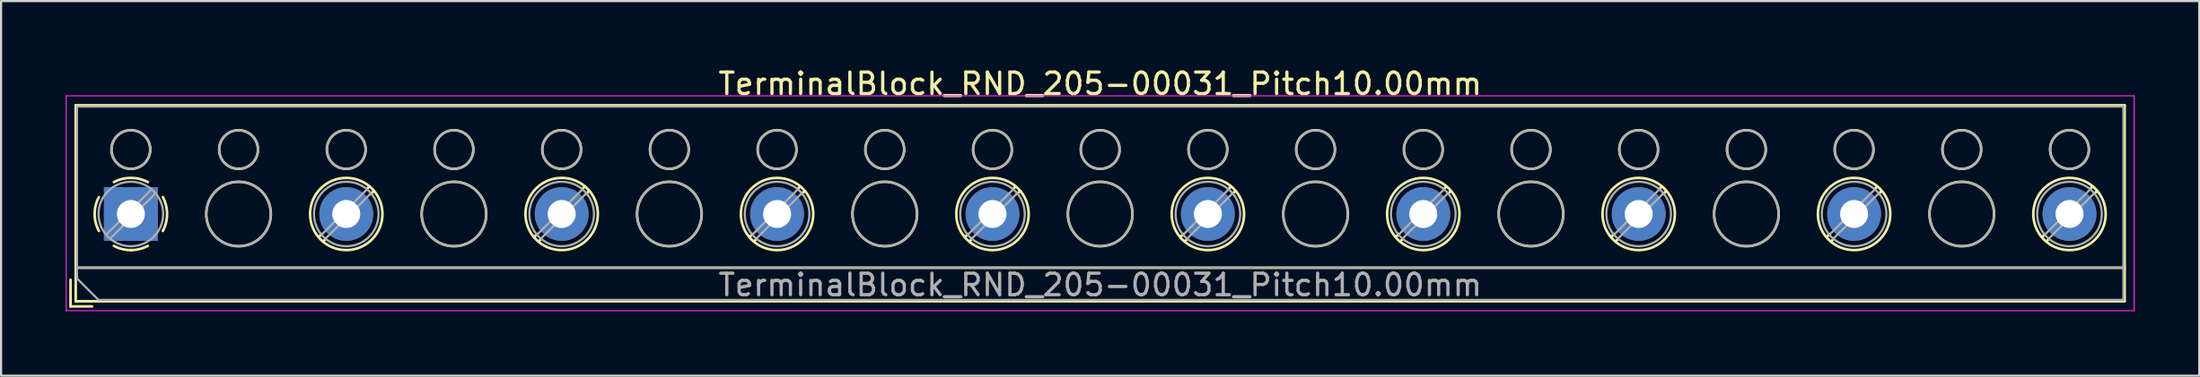
<source format=kicad_pcb>
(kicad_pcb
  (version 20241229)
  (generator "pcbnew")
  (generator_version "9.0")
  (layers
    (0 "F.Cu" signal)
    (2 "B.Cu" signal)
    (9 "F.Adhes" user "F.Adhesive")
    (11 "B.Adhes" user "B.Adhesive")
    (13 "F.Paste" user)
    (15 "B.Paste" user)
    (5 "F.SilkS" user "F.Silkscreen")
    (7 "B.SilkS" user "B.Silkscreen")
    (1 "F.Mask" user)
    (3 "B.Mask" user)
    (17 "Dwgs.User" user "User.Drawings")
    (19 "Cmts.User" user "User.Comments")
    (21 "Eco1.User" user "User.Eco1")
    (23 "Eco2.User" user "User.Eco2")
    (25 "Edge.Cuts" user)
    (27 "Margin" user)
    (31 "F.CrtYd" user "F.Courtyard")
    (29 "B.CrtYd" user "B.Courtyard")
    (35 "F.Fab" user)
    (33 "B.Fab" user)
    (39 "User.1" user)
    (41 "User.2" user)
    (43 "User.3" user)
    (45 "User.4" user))
  (footprint "TerminalBlock_RND_205-00031_Pitch10.00mm"
    (layer "F.Cu")
    (at 3.025 6.908)
    (property "Reference" "TerminalBlock_RND_205-00031_Pitch10.00mm" (at 45 -6.06 0) (layer "F.SilkS") (effects (font (size 1 1) (thickness 0.15))))
    (attr through_hole)
    (fp_line (start -2.8 3.06) (end -2.8 4.3) (stroke (width 0.12) (type solid)) (layer "F.SilkS"))
    (fp_line (start -2.8 4.3) (end -1.8 4.3) (stroke (width 0.12) (type solid)) (layer "F.SilkS"))
    (fp_line (start -2.56 -5.06) (end -2.56 4.06) (stroke (width 0.12) (type solid)) (layer "F.SilkS"))
    (fp_line (start -2.56 2.5) (end 92.56 2.5) (stroke (width 0.12) (type solid)) (layer "F.SilkS"))
    (fp_line (start -2.56 4.06) (end 92.56 4.06) (stroke (width 0.12) (type solid)) (layer "F.SilkS"))
    (fp_line (start 8.867 0.929) (end 8.726 1.069) (stroke (width 0.12) (type solid)) (layer "F.SilkS"))
    (fp_line (start 9.037 1.169) (end 8.931 1.274) (stroke (width 0.12) (type solid)) (layer "F.SilkS"))
    (fp_line (start 11.07 -1.275) (end 10.964 -1.169) (stroke (width 0.12) (type solid)) (layer "F.SilkS"))
    (fp_line (start 11.275 -1.069) (end 11.134 -0.929) (stroke (width 0.12) (type solid)) (layer "F.SilkS"))
    (fp_line (start 18.867 0.929) (end 18.726 1.069) (stroke (width 0.12) (type solid)) (layer "F.SilkS"))
    (fp_line (start 19.037 1.169) (end 18.931 1.274) (stroke (width 0.12) (type solid)) (layer "F.SilkS"))
    (fp_line (start 21.07 -1.275) (end 20.964 -1.169) (stroke (width 0.12) (type solid)) (layer "F.SilkS"))
    (fp_line (start 21.275 -1.069) (end 21.134 -0.929) (stroke (width 0.12) (type solid)) (layer "F.SilkS"))
    (fp_line (start 28.867 0.929) (end 28.726 1.069) (stroke (width 0.12) (type solid)) (layer "F.SilkS"))
    (fp_line (start 29.037 1.169) (end 28.931 1.274) (stroke (width 0.12) (type solid)) (layer "F.SilkS"))
    (fp_line (start 31.07 -1.275) (end 30.964 -1.169) (stroke (width 0.12) (type solid)) (layer "F.SilkS"))
    (fp_line (start 31.275 -1.069) (end 31.134 -0.929) (stroke (width 0.12) (type solid)) (layer "F.SilkS"))
    (fp_line (start 38.867 0.929) (end 38.726 1.069) (stroke (width 0.12) (type solid)) (layer "F.SilkS"))
    (fp_line (start 39.037 1.169) (end 38.931 1.274) (stroke (width 0.12) (type solid)) (layer "F.SilkS"))
    (fp_line (start 41.07 -1.275) (end 40.964 -1.169) (stroke (width 0.12) (type solid)) (layer "F.SilkS"))
    (fp_line (start 41.275 -1.069) (end 41.134 -0.929) (stroke (width 0.12) (type solid)) (layer "F.SilkS"))
    (fp_line (start 48.867 0.929) (end 48.726 1.069) (stroke (width 0.12) (type solid)) (layer "F.SilkS"))
    (fp_line (start 49.037 1.169) (end 48.931 1.274) (stroke (width 0.12) (type solid)) (layer "F.SilkS"))
    (fp_line (start 51.07 -1.275) (end 50.964 -1.169) (stroke (width 0.12) (type solid)) (layer "F.SilkS"))
    (fp_line (start 51.275 -1.069) (end 51.134 -0.929) (stroke (width 0.12) (type solid)) (layer "F.SilkS"))
    (fp_line (start 58.867 0.929) (end 58.726 1.069) (stroke (width 0.12) (type solid)) (layer "F.SilkS"))
    (fp_line (start 59.037 1.169) (end 58.931 1.274) (stroke (width 0.12) (type solid)) (layer "F.SilkS"))
    (fp_line (start 61.07 -1.275) (end 60.964 -1.169) (stroke (width 0.12) (type solid)) (layer "F.SilkS"))
    (fp_line (start 61.275 -1.069) (end 61.134 -0.929) (stroke (width 0.12) (type solid)) (layer "F.SilkS"))
    (fp_line (start 68.867 0.929) (end 68.726 1.069) (stroke (width 0.12) (type solid)) (layer "F.SilkS"))
    (fp_line (start 69.037 1.169) (end 68.931 1.274) (stroke (width 0.12) (type solid)) (layer "F.SilkS"))
    (fp_line (start 71.07 -1.275) (end 70.964 -1.169) (stroke (width 0.12) (type solid)) (layer "F.SilkS"))
    (fp_line (start 71.275 -1.069) (end 71.134 -0.929) (stroke (width 0.12) (type solid)) (layer "F.SilkS"))
    (fp_line (start 78.867 0.929) (end 78.726 1.069) (stroke (width 0.12) (type solid)) (layer "F.SilkS"))
    (fp_line (start 79.037 1.169) (end 78.931 1.274) (stroke (width 0.12) (type solid)) (layer "F.SilkS"))
    (fp_line (start 81.07 -1.275) (end 80.964 -1.169) (stroke (width 0.12) (type solid)) (layer "F.SilkS"))
    (fp_line (start 81.275 -1.069) (end 81.134 -0.929) (stroke (width 0.12) (type solid)) (layer "F.SilkS"))
    (fp_line (start 88.867 0.929) (end 88.726 1.069) (stroke (width 0.12) (type solid)) (layer "F.SilkS"))
    (fp_line (start 89.037 1.169) (end 88.931 1.274) (stroke (width 0.12) (type solid)) (layer "F.SilkS"))
    (fp_line (start 91.07 -1.275) (end 90.964 -1.169) (stroke (width 0.12) (type solid)) (layer "F.SilkS"))
    (fp_line (start 91.275 -1.069) (end 91.134 -0.929) (stroke (width 0.12) (type solid)) (layer "F.SilkS"))
    (fp_line (start 92.56 -5.06) (end -2.56 -5.06) (stroke (width 0.12) (type solid)) (layer "F.SilkS"))
    (fp_line (start 92.56 4.06) (end 92.56 -5.06) (stroke (width 0.12) (type solid)) (layer "F.SilkS"))
    (fp_arc (start -1.483953 0.789089) (mid -1.680708 0.00005) (end -1.484 -0.789) (stroke (width 0.12) (type solid)) (layer "F.SilkS"))
    (fp_arc (start -0.789089 -1.483953) (mid -0.00005 -1.680708) (end 0.789 -1.484) (stroke (width 0.12) (type solid)) (layer "F.SilkS"))
    (fp_arc (start 0.029383 1.68045) (mid -0.392304 1.634281) (end -0.789 1.484) (stroke (width 0.12) (type solid)) (layer "F.SilkS"))
    (fp_arc (start 0.788712 1.483352) (mid 0.406429 1.630097) (end 0 1.68) (stroke (width 0.12) (type solid)) (layer "F.SilkS"))
    (fp_arc (start 1.483953 -0.789089) (mid 1.680708 -0.00005) (end 1.484 0.789) (stroke (width 0.12) (type solid)) (layer "F.SilkS"))
    (fp_circle (center 0 -3) (end 0.9 -3) (stroke (width 0.12) (type solid)) (fill no) (layer "F.SilkS"))
    (fp_circle (center 5 -3) (end 5.9 -3) (stroke (width 0.12) (type solid)) (fill no) (layer "F.SilkS"))
    (fp_circle (center 5 0) (end 6.5 0) (stroke (width 0.12) (type solid)) (fill no) (layer "F.SilkS"))
    (fp_circle (center 10 -3) (end 10.9 -3) (stroke (width 0.12) (type solid)) (fill no) (layer "F.SilkS"))
    (fp_circle (center 10 0) (end 11.68 0) (stroke (width 0.12) (type solid)) (fill no) (layer "F.SilkS"))
    (fp_circle (center 15 -3) (end 15.9 -3) (stroke (width 0.12) (type solid)) (fill no) (layer "F.SilkS"))
    (fp_circle (center 15 0) (end 16.5 0) (stroke (width 0.12) (type solid)) (fill no) (layer "F.SilkS"))
    (fp_circle (center 20 -3) (end 20.9 -3) (stroke (width 0.12) (type solid)) (fill no) (layer "F.SilkS"))
    (fp_circle (center 20 0) (end 21.68 0) (stroke (width 0.12) (type solid)) (fill no) (layer "F.SilkS"))
    (fp_circle (center 25 -3) (end 25.9 -3) (stroke (width 0.12) (type solid)) (fill no) (layer "F.SilkS"))
    (fp_circle (center 25 0) (end 26.5 0) (stroke (width 0.12) (type solid)) (fill no) (layer "F.SilkS"))
    (fp_circle (center 30 -3) (end 30.9 -3) (stroke (width 0.12) (type solid)) (fill no) (layer "F.SilkS"))
    (fp_circle (center 30 0) (end 31.68 0) (stroke (width 0.12) (type solid)) (fill no) (layer "F.SilkS"))
    (fp_circle (center 35 -3) (end 35.9 -3) (stroke (width 0.12) (type solid)) (fill no) (layer "F.SilkS"))
    (fp_circle (center 35 0) (end 36.5 0) (stroke (width 0.12) (type solid)) (fill no) (layer "F.SilkS"))
    (fp_circle (center 40 -3) (end 40.9 -3) (stroke (width 0.12) (type solid)) (fill no) (layer "F.SilkS"))
    (fp_circle (center 40 0) (end 41.68 0) (stroke (width 0.12) (type solid)) (fill no) (layer "F.SilkS"))
    (fp_circle (center 45 -3) (end 45.9 -3) (stroke (width 0.12) (type solid)) (fill no) (layer "F.SilkS"))
    (fp_circle (center 45 0) (end 46.5 0) (stroke (width 0.12) (type solid)) (fill no) (layer "F.SilkS"))
    (fp_circle (center 50 -3) (end 50.9 -3) (stroke (width 0.12) (type solid)) (fill no) (layer "F.SilkS"))
    (fp_circle (center 50 0) (end 51.68 0) (stroke (width 0.12) (type solid)) (fill no) (layer "F.SilkS"))
    (fp_circle (center 55 -3) (end 55.9 -3) (stroke (width 0.12) (type solid)) (fill no) (layer "F.SilkS"))
    (fp_circle (center 55 0) (end 56.5 0) (stroke (width 0.12) (type solid)) (fill no) (layer "F.SilkS"))
    (fp_circle (center 60 -3) (end 60.9 -3) (stroke (width 0.12) (type solid)) (fill no) (layer "F.SilkS"))
    (fp_circle (center 60 0) (end 61.68 0) (stroke (width 0.12) (type solid)) (fill no) (layer "F.SilkS"))
    (fp_circle (center 65 -3) (end 65.9 -3) (stroke (width 0.12) (type solid)) (fill no) (layer "F.SilkS"))
    (fp_circle (center 65 0) (end 66.5 0) (stroke (width 0.12) (type solid)) (fill no) (layer "F.SilkS"))
    (fp_circle (center 70 -3) (end 70.9 -3) (stroke (width 0.12) (type solid)) (fill no) (layer "F.SilkS"))
    (fp_circle (center 70 0) (end 71.68 0) (stroke (width 0.12) (type solid)) (fill no) (layer "F.SilkS"))
    (fp_circle (center 75 -3) (end 75.9 -3) (stroke (width 0.12) (type solid)) (fill no) (layer "F.SilkS"))
    (fp_circle (center 75 0) (end 76.5 0) (stroke (width 0.12) (type solid)) (fill no) (layer "F.SilkS"))
    (fp_circle (center 80 -3) (end 80.9 -3) (stroke (width 0.12) (type solid)) (fill no) (layer "F.SilkS"))
    (fp_circle (center 80 0) (end 81.68 0) (stroke (width 0.12) (type solid)) (fill no) (layer "F.SilkS"))
    (fp_circle (center 85 -3) (end 85.9 -3) (stroke (width 0.12) (type solid)) (fill no) (layer "F.SilkS"))
    (fp_circle (center 85 0) (end 86.5 0) (stroke (width 0.12) (type solid)) (fill no) (layer "F.SilkS"))
    (fp_circle (center 90 -3) (end 90.9 -3) (stroke (width 0.12) (type solid)) (fill no) (layer "F.SilkS"))
    (fp_circle (center 90 0) (end 91.68 0) (stroke (width 0.12) (type solid)) (fill no) (layer "F.SilkS"))
    (fp_line (start -3 -5.5) (end -3 4.5) (stroke (width 0.05) (type solid)) (layer "F.CrtYd"))
    (fp_line (start -3 4.5) (end 93 4.5) (stroke (width 0.05) (type solid)) (layer "F.CrtYd"))
    (fp_line (start 93 -5.5) (end -3 -5.5) (stroke (width 0.05) (type solid)) (layer "F.CrtYd"))
    (fp_line (start 93 4.5) (end 93 -5.5) (stroke (width 0.05) (type solid)) (layer "F.CrtYd"))
    (fp_line (start -2.5 -5) (end 92.5 -5) (stroke (width 0.1) (type solid)) (layer "F.Fab"))
    (fp_line (start -2.5 2.5) (end 92.5 2.5) (stroke (width 0.1) (type solid)) (layer "F.Fab"))
    (fp_line (start -2.5 3) (end -2.5 -5) (stroke (width 0.1) (type solid)) (layer "F.Fab"))
    (fp_line (start -1.5 4) (end -2.5 3) (stroke (width 0.1) (type solid)) (layer "F.Fab"))
    (fp_line (start 0.955 -1.138) (end -1.138 0.955) (stroke (width 0.1) (type solid)) (layer "F.Fab"))
    (fp_line (start 1.138 -0.955) (end -0.955 1.138) (stroke (width 0.1) (type solid)) (layer "F.Fab"))
    (fp_line (start 10.955 -1.138) (end 8.863 0.955) (stroke (width 0.1) (type solid)) (layer "F.Fab"))
    (fp_line (start 11.138 -0.955) (end 9.046 1.138) (stroke (width 0.1) (type solid)) (layer "F.Fab"))
    (fp_line (start 20.955 -1.138) (end 18.863 0.955) (stroke (width 0.1) (type solid)) (layer "F.Fab"))
    (fp_line (start 21.138 -0.955) (end 19.046 1.138) (stroke (width 0.1) (type solid)) (layer "F.Fab"))
    (fp_line (start 30.955 -1.138) (end 28.863 0.955) (stroke (width 0.1) (type solid)) (layer "F.Fab"))
    (fp_line (start 31.138 -0.955) (end 29.046 1.138) (stroke (width 0.1) (type solid)) (layer "F.Fab"))
    (fp_line (start 40.955 -1.138) (end 38.863 0.955) (stroke (width 0.1) (type solid)) (layer "F.Fab"))
    (fp_line (start 41.138 -0.955) (end 39.046 1.138) (stroke (width 0.1) (type solid)) (layer "F.Fab"))
    (fp_line (start 50.955 -1.138) (end 48.863 0.955) (stroke (width 0.1) (type solid)) (layer "F.Fab"))
    (fp_line (start 51.138 -0.955) (end 49.046 1.138) (stroke (width 0.1) (type solid)) (layer "F.Fab"))
    (fp_line (start 60.955 -1.138) (end 58.863 0.955) (stroke (width 0.1) (type solid)) (layer "F.Fab"))
    (fp_line (start 61.138 -0.955) (end 59.046 1.138) (stroke (width 0.1) (type solid)) (layer "F.Fab"))
    (fp_line (start 70.955 -1.138) (end 68.863 0.955) (stroke (width 0.1) (type solid)) (layer "F.Fab"))
    (fp_line (start 71.138 -0.955) (end 69.046 1.138) (stroke (width 0.1) (type solid)) (layer "F.Fab"))
    (fp_line (start 80.955 -1.138) (end 78.863 0.955) (stroke (width 0.1) (type solid)) (layer "F.Fab"))
    (fp_line (start 81.138 -0.955) (end 79.046 1.138) (stroke (width 0.1) (type solid)) (layer "F.Fab"))
    (fp_line (start 90.955 -1.138) (end 88.863 0.955) (stroke (width 0.1) (type solid)) (layer "F.Fab"))
    (fp_line (start 91.138 -0.955) (end 89.046 1.138) (stroke (width 0.1) (type solid)) (layer "F.Fab"))
    (fp_line (start 92.5 -5) (end 92.5 4) (stroke (width 0.1) (type solid)) (layer "F.Fab"))
    (fp_line (start 92.5 4) (end -1.5 4) (stroke (width 0.1) (type solid)) (layer "F.Fab"))
    (fp_circle (center 0 -3) (end 0.9 -3) (stroke (width 0.1) (type solid)) (fill no) (layer "F.Fab"))
    (fp_circle (center 0 0) (end 1.5 0) (stroke (width 0.1) (type solid)) (fill no) (layer "F.Fab"))
    (fp_circle (center 5 -3) (end 5.9 -3) (stroke (width 0.1) (type solid)) (fill no) (layer "F.Fab"))
    (fp_circle (center 5 0) (end 6.5 0) (stroke (width 0.1) (type solid)) (fill no) (layer "F.Fab"))
    (fp_circle (center 10 -3) (end 10.9 -3) (stroke (width 0.1) (type solid)) (fill no) (layer "F.Fab"))
    (fp_circle (center 10 0) (end 11.5 0) (stroke (width 0.1) (type solid)) (fill no) (layer "F.Fab"))
    (fp_circle (center 15 -3) (end 15.9 -3) (stroke (width 0.1) (type solid)) (fill no) (layer "F.Fab"))
    (fp_circle (center 15 0) (end 16.5 0) (stroke (width 0.1) (type solid)) (fill no) (layer "F.Fab"))
    (fp_circle (center 20 -3) (end 20.9 -3) (stroke (width 0.1) (type solid)) (fill no) (layer "F.Fab"))
    (fp_circle (center 20 0) (end 21.5 0) (stroke (width 0.1) (type solid)) (fill no) (layer "F.Fab"))
    (fp_circle (center 25 -3) (end 25.9 -3) (stroke (width 0.1) (type solid)) (fill no) (layer "F.Fab"))
    (fp_circle (center 25 0) (end 26.5 0) (stroke (width 0.1) (type solid)) (fill no) (layer "F.Fab"))
    (fp_circle (center 30 -3) (end 30.9 -3) (stroke (width 0.1) (type solid)) (fill no) (layer "F.Fab"))
    (fp_circle (center 30 0) (end 31.5 0) (stroke (width 0.1) (type solid)) (fill no) (layer "F.Fab"))
    (fp_circle (center 35 -3) (end 35.9 -3) (stroke (width 0.1) (type solid)) (fill no) (layer "F.Fab"))
    (fp_circle (center 35 0) (end 36.5 0) (stroke (width 0.1) (type solid)) (fill no) (layer "F.Fab"))
    (fp_circle (center 40 -3) (end 40.9 -3) (stroke (width 0.1) (type solid)) (fill no) (layer "F.Fab"))
    (fp_circle (center 40 0) (end 41.5 0) (stroke (width 0.1) (type solid)) (fill no) (layer "F.Fab"))
    (fp_circle (center 45 -3) (end 45.9 -3) (stroke (width 0.1) (type solid)) (fill no) (layer "F.Fab"))
    (fp_circle (center 45 0) (end 46.5 0) (stroke (width 0.1) (type solid)) (fill no) (layer "F.Fab"))
    (fp_circle (center 50 -3) (end 50.9 -3) (stroke (width 0.1) (type solid)) (fill no) (layer "F.Fab"))
    (fp_circle (center 50 0) (end 51.5 0) (stroke (width 0.1) (type solid)) (fill no) (layer "F.Fab"))
    (fp_circle (center 55 -3) (end 55.9 -3) (stroke (width 0.1) (type solid)) (fill no) (layer "F.Fab"))
    (fp_circle (center 55 0) (end 56.5 0) (stroke (width 0.1) (type solid)) (fill no) (layer "F.Fab"))
    (fp_circle (center 60 -3) (end 60.9 -3) (stroke (width 0.1) (type solid)) (fill no) (layer "F.Fab"))
    (fp_circle (center 60 0) (end 61.5 0) (stroke (width 0.1) (type solid)) (fill no) (layer "F.Fab"))
    (fp_circle (center 65 -3) (end 65.9 -3) (stroke (width 0.1) (type solid)) (fill no) (layer "F.Fab"))
    (fp_circle (center 65 0) (end 66.5 0) (stroke (width 0.1) (type solid)) (fill no) (layer "F.Fab"))
    (fp_circle (center 70 -3) (end 70.9 -3) (stroke (width 0.1) (type solid)) (fill no) (layer "F.Fab"))
    (fp_circle (center 70 0) (end 71.5 0) (stroke (width 0.1) (type solid)) (fill no) (layer "F.Fab"))
    (fp_circle (center 75 -3) (end 75.9 -3) (stroke (width 0.1) (type solid)) (fill no) (layer "F.Fab"))
    (fp_circle (center 75 0) (end 76.5 0) (stroke (width 0.1) (type solid)) (fill no) (layer "F.Fab"))
    (fp_circle (center 80 -3) (end 80.9 -3) (stroke (width 0.1) (type solid)) (fill no) (layer "F.Fab"))
    (fp_circle (center 80 0) (end 81.5 0) (stroke (width 0.1) (type solid)) (fill no) (layer "F.Fab"))
    (fp_circle (center 85 -3) (end 85.9 -3) (stroke (width 0.1) (type solid)) (fill no) (layer "F.Fab"))
    (fp_circle (center 85 0) (end 86.5 0) (stroke (width 0.1) (type solid)) (fill no) (layer "F.Fab"))
    (fp_circle (center 90 -3) (end 90.9 -3) (stroke (width 0.1) (type solid)) (fill no) (layer "F.Fab"))
    (fp_circle (center 90 0) (end 91.5 0) (stroke (width 0.1) (type solid)) (fill no) (layer "F.Fab"))
    (fp_text user "${REFERENCE}" (at 45 3.3 0) (layer "F.Fab") (effects (font (size 1 1) (thickness 0.15))))
    (pad "1" thru_hole rect (at 0 0) (size 2.5 2.5) (drill 1.3) (layers "*.Cu" "*.Mask"))
    (pad "2" thru_hole oval (at 10 0) (size 2.5 2.5) (drill 1.3) (layers "*.Cu" "*.Mask"))
    (pad "3" thru_hole oval (at 20 0) (size 2.5 2.5) (drill 1.3) (layers "*.Cu" "*.Mask"))
    (pad "4" thru_hole oval (at 30 0) (size 2.5 2.5) (drill 1.3) (layers "*.Cu" "*.Mask"))
    (pad "5" thru_hole oval (at 40 0) (size 2.5 2.5) (drill 1.3) (layers "*.Cu" "*.Mask"))
    (pad "6" thru_hole oval (at 50 0) (size 2.5 2.5) (drill 1.3) (layers "*.Cu" "*.Mask"))
    (pad "7" thru_hole oval (at 60 0) (size 2.5 2.5) (drill 1.3) (layers "*.Cu" "*.Mask"))
    (pad "8" thru_hole oval (at 70 0) (size 2.5 2.5) (drill 1.3) (layers "*.Cu" "*.Mask"))
    (pad "9" thru_hole oval (at 80 0) (size 2.5 2.5) (drill 1.3) (layers "*.Cu" "*.Mask"))
    (pad "10" thru_hole oval (at 90 0) (size 2.5 2.5) (drill 1.3) (layers "*.Cu" "*.Mask")))
  (gr_rect
    (start -3 -3)
    (end 99.05 14.433)
    (stroke (width 0.1) (type default))
    (fill no)
    (layer "Edge.Cuts")))
</source>
